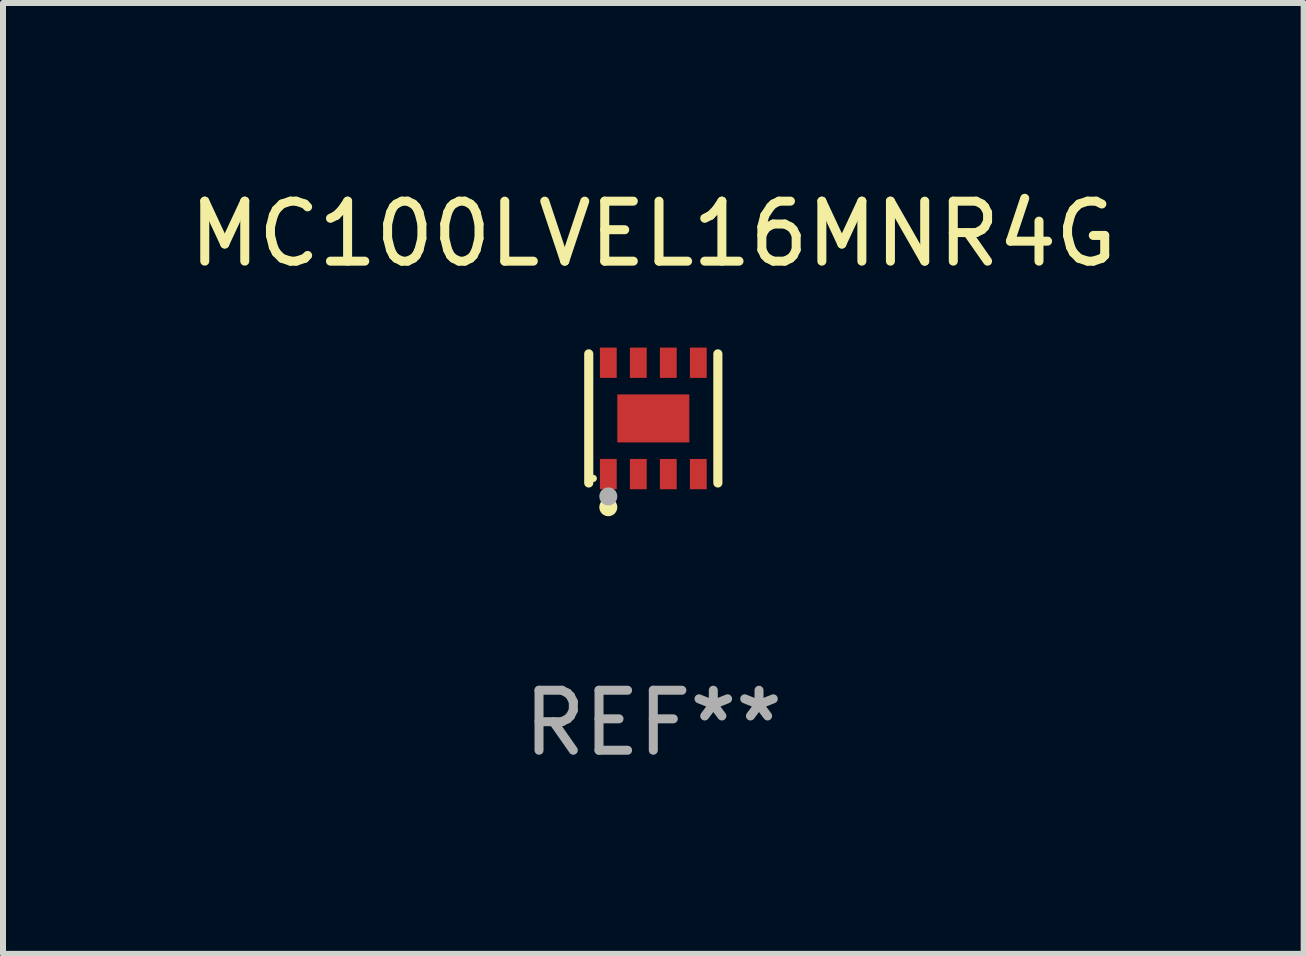
<source format=kicad_pcb>
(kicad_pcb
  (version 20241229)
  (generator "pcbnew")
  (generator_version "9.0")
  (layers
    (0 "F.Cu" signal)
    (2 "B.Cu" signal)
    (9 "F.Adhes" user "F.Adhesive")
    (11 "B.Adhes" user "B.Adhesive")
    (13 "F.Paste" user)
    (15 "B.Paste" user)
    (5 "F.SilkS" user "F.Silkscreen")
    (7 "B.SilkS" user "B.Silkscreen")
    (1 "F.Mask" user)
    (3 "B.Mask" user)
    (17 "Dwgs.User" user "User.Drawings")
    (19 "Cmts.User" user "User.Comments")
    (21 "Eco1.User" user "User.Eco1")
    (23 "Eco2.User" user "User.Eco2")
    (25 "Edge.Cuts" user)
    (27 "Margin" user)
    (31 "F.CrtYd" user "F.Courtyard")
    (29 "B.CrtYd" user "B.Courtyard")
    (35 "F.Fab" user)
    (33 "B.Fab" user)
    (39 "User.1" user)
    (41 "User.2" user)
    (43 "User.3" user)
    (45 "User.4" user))
  (footprint "MC100LVEL16MNR4G"
    (layer "F.Cu")
    (at 7.839 3.924)
    (property "Reference" "MC100LVEL16MNR4G" (at 0 -3.076 0) (layer "F.SilkS") (effects (font (size 1 1) (thickness 0.15))))
    (attr through_hole)
    (fp_line (start -1.076 1.076) (end -1.076 -1.076) (stroke (width 0.152) (type solid)) (layer "F.SilkS"))
    (fp_line (start 1.076 1.076) (end 1.076 -1.076) (stroke (width 0.152) (type solid)) (layer "F.SilkS"))
    (fp_circle (center -1 1) (end -0.97 1) (stroke (width 0.06) (type solid)) (fill no) (layer "F.SilkS"))
    (fp_circle (center -0.75 1.48) (end -0.675 1.48) (stroke (width 0.15) (type solid)) (fill no) (layer "F.SilkS"))
    (fp_circle (center -0.75 1.3) (end -0.675 1.3) (stroke (width 0.15) (type solid)) (fill no) (layer "F.Fab"))
    (fp_text user "REF**" (at 0 5.076 0) (layer "F.Fab") (effects (font (size 1 1) (thickness 0.15))))
    (pad "1" smd rect (at -0.75 0.928) (size 0.28 0.505) (layers "F.Cu" "F.Mask" "F.Paste"))
    (pad "2" smd rect (at -0.25 0.928) (size 0.28 0.505) (layers "F.Cu" "F.Mask" "F.Paste"))
    (pad "3" smd rect (at 0.25 0.928) (size 0.28 0.505) (layers "F.Cu" "F.Mask" "F.Paste"))
    (pad "4" smd rect (at 0.75 0.928) (size 0.28 0.505) (layers "F.Cu" "F.Mask" "F.Paste"))
    (pad "5" smd rect (at 0.75 -0.928) (size 0.28 0.505) (layers "F.Cu" "F.Mask" "F.Paste"))
    (pad "6" smd rect (at 0.25 -0.928) (size 0.28 0.505) (layers "F.Cu" "F.Mask" "F.Paste"))
    (pad "7" smd rect (at -0.25 -0.928) (size 0.28 0.505) (layers "F.Cu" "F.Mask" "F.Paste"))
    (pad "8" smd rect (at -0.75 -0.928) (size 0.28 0.505) (layers "F.Cu" "F.Mask" "F.Paste"))
    (pad "9" smd rect (at 0 0) (size 1.2 0.8) (layers "F.Cu" "F.Mask" "F.Paste")))
  (gr_rect
    (start -3 -3)
    (end 18.679 12.849)
    (stroke (width 0.1) (type default))
    (fill no)
    (layer "Edge.Cuts")))
</source>
